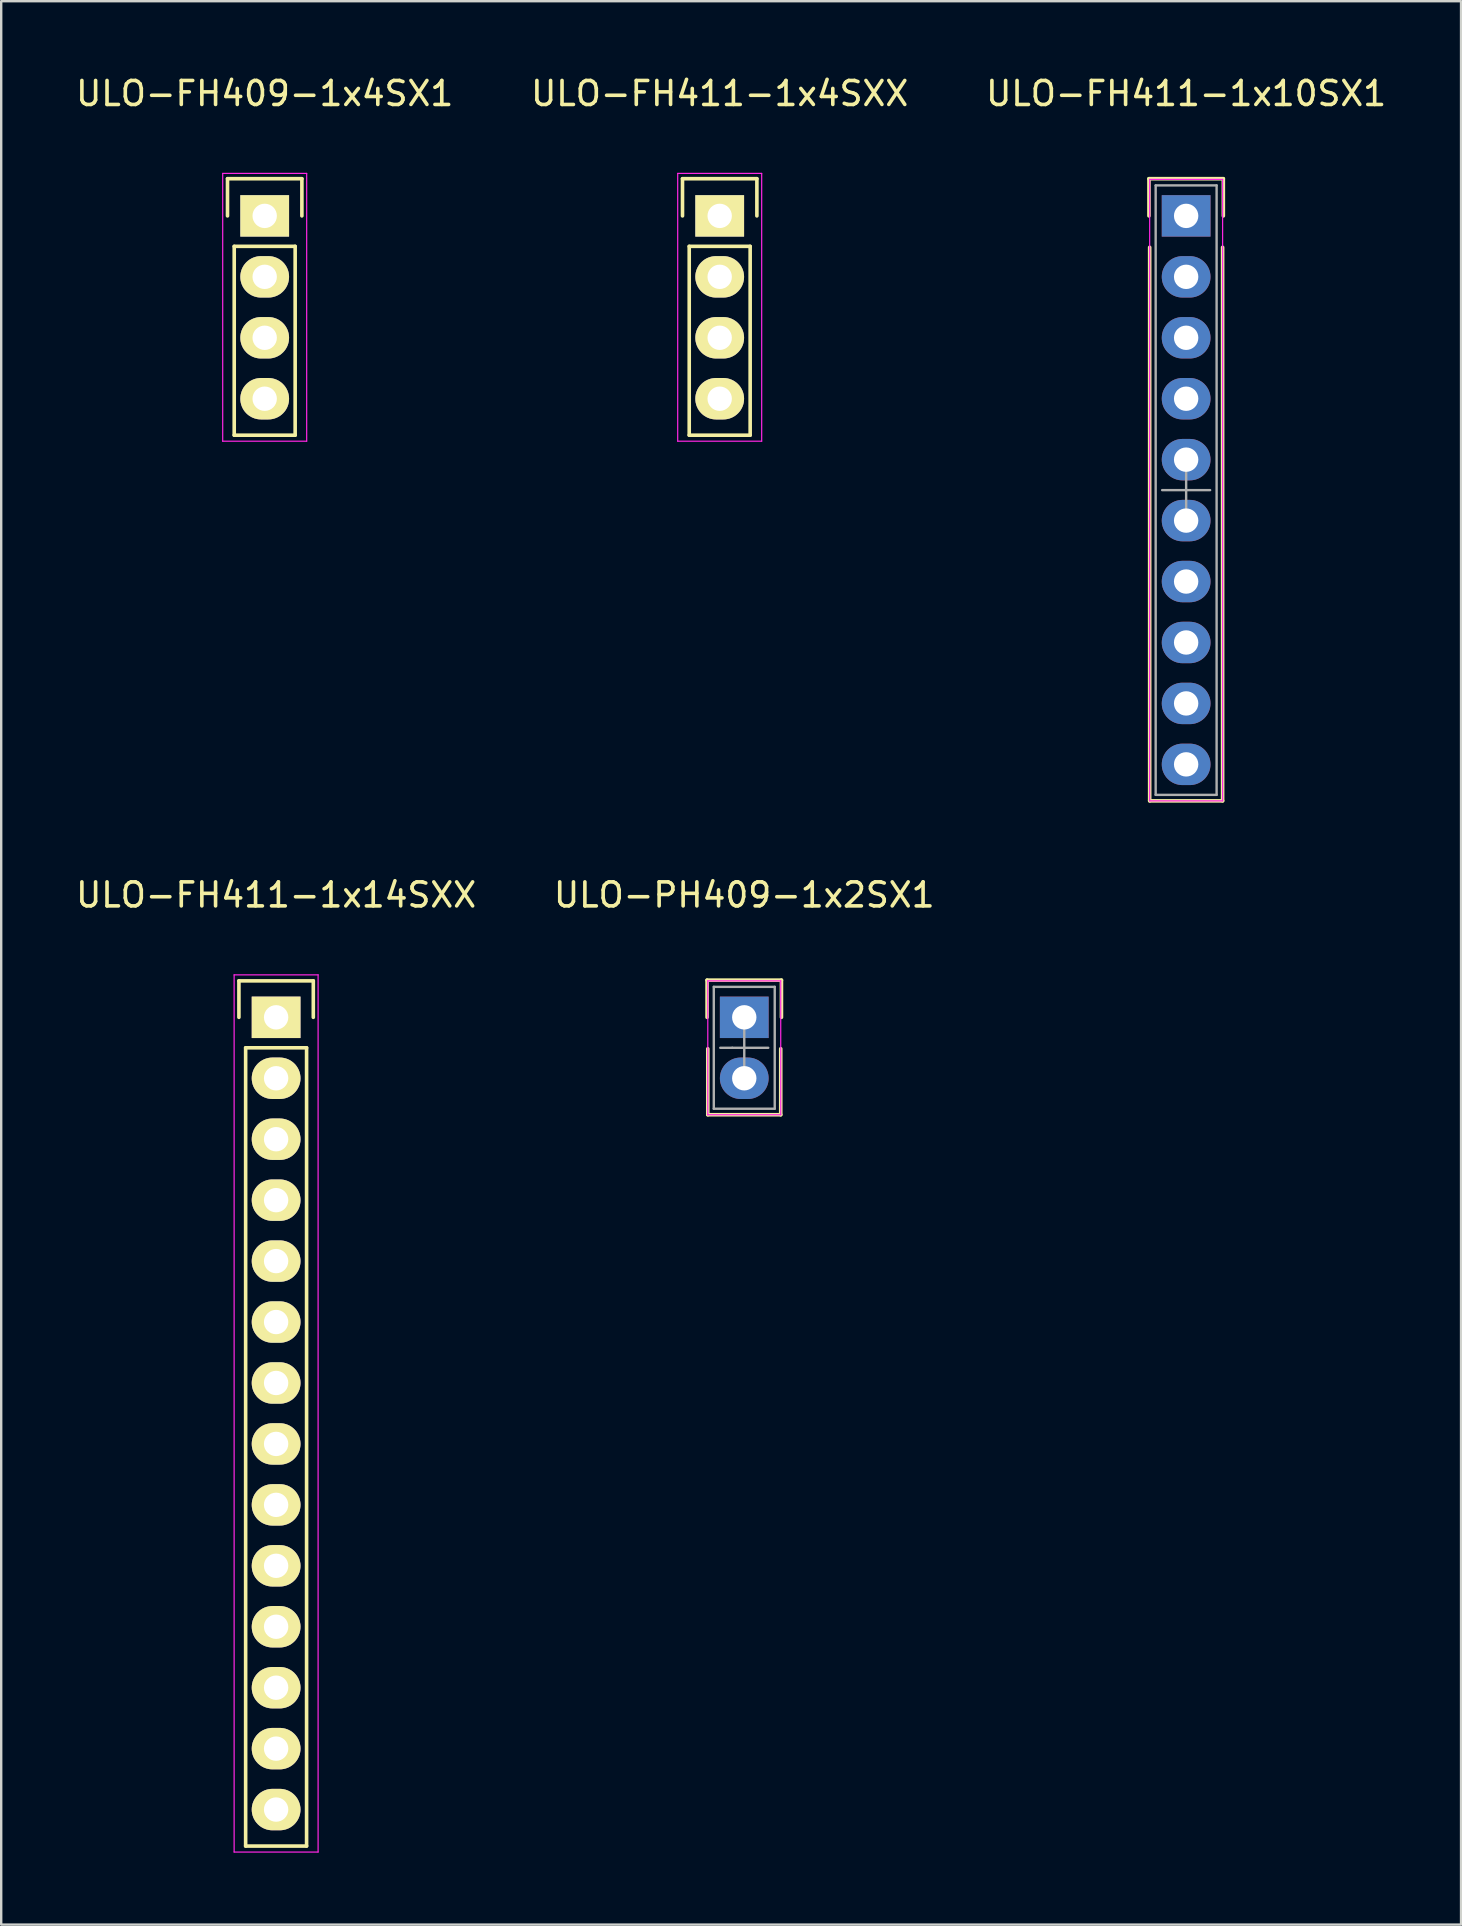
<source format=kicad_pcb>
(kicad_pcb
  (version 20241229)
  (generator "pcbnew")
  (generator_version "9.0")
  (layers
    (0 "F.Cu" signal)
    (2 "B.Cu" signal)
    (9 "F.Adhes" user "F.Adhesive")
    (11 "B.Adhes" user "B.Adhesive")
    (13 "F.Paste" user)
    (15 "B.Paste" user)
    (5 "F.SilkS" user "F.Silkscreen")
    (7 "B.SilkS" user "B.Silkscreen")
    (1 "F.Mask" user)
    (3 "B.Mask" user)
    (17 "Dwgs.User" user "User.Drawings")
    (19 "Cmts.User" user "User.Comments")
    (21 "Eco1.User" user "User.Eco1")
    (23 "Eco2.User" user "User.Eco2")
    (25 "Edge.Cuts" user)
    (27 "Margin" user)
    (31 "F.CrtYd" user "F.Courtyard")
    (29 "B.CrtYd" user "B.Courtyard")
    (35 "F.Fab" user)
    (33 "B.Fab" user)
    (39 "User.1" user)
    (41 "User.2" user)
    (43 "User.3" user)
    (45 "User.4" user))
  (footprint "ULO-PH409-1x2SX1"
    (layer "F.Cu")
    (at 27.97 40.621)
    (property "Reference" "ULO-PH409-1x2SX1" (at 0 -6.37 0) (layer "F.SilkS") (effects (font (size 1 1) (thickness 0.15))))
    (attr through_hole)
    (fp_line (start -1.55 -2.82) (end 1.55 -2.82) (stroke (width 0.15) (type solid)) (layer "F.SilkS"))
    (fp_line (start -1.55 -1.27) (end -1.55 -2.82) (stroke (width 0.15) (type solid)) (layer "F.SilkS"))
    (fp_line (start -1.52 0.04) (end -1.52 2.79) (stroke (width 0.15) (type solid)) (layer "F.SilkS"))
    (fp_line (start 1.52 0.04) (end 1.52 2.79) (stroke (width 0.15) (type solid)) (layer "F.SilkS"))
    (fp_line (start 1.52 2.79) (end -1.52 2.79) (stroke (width 0.15) (type solid)) (layer "F.SilkS"))
    (fp_line (start 1.55 -2.82) (end 1.55 -1.27) (stroke (width 0.15) (type solid)) (layer "F.SilkS"))
    (fp_line (start -1.52 -2.79) (end -1.52 2.79) (stroke (width 0.05) (type solid)) (layer "F.CrtYd"))
    (fp_line (start -1.52 -2.79) (end 1.52 -2.79) (stroke (width 0.05) (type solid)) (layer "F.CrtYd"))
    (fp_line (start -1.52 2.79) (end 1.52 2.79) (stroke (width 0.05) (type solid)) (layer "F.CrtYd"))
    (fp_line (start 1.52 -2.79) (end 1.52 2.79) (stroke (width 0.05) (type solid)) (layer "F.CrtYd"))
    (fp_line (start -1.27 -2.54) (end 1.27 -2.54) (stroke (width 0.1) (type solid)) (layer "F.Fab"))
    (fp_line (start -1.27 2.54) (end -1.27 -2.54) (stroke (width 0.1) (type solid)) (layer "F.Fab"))
    (fp_line (start -0.5 0) (end -1 0) (stroke (width 0.1) (type solid)) (layer "F.Fab"))
    (fp_line (start -0.5 0) (end 1 0) (stroke (width 0.1) (type solid)) (layer "F.Fab"))
    (fp_line (start 0 -1) (end 0 1) (stroke (width 0.1) (type solid)) (layer "F.Fab"))
    (fp_line (start 1.27 -2.54) (end 1.27 2.54) (stroke (width 0.1) (type solid)) (layer "F.Fab"))
    (fp_line (start 1.27 2.54) (end -1.27 2.54) (stroke (width 0.1) (type solid)) (layer "F.Fab"))
    (pad "1" thru_hole rect (at 0 -1.27) (size 2.032 1.727) (drill 1.016) (layers "*.Cu" "*.Mask"))
    (pad "2" thru_hole oval (at 0 1.27) (size 2.032 1.727) (drill 1.016) (layers "*.Cu" "*.Mask")))
  (footprint "ULO-FH409-1x4SX1"
    (layer "F.Cu")
    (at 7.982 9.758)
    (property "Reference" "ULO-FH409-1x4SX1" (at 0 -8.91 0) (layer "F.SilkS") (effects (font (size 1 1) (thickness 0.15))))
    (attr through_hole)
    (fp_line (start -1.55 -5.36) (end 1.55 -5.36) (stroke (width 0.15) (type solid)) (layer "F.SilkS"))
    (fp_line (start -1.55 -3.81) (end -1.55 -5.36) (stroke (width 0.15) (type solid)) (layer "F.SilkS"))
    (fp_line (start -1.27 -2.54) (end -1.27 5.33) (stroke (width 0.15) (type solid)) (layer "F.SilkS"))
    (fp_line (start -1.27 5.33) (end 1.27 5.33) (stroke (width 0.15) (type solid)) (layer "F.SilkS"))
    (fp_line (start 1.27 -2.54) (end -1.27 -2.54) (stroke (width 0.15) (type solid)) (layer "F.SilkS"))
    (fp_line (start 1.27 -2.54) (end 1.27 5.33) (stroke (width 0.15) (type solid)) (layer "F.SilkS"))
    (fp_line (start 1.55 -5.36) (end 1.55 -3.81) (stroke (width 0.15) (type solid)) (layer "F.SilkS"))
    (fp_line (start -1.75 -5.58) (end -1.75 5.58) (stroke (width 0.05) (type solid)) (layer "F.CrtYd"))
    (fp_line (start -1.75 -5.58) (end 1.75 -5.58) (stroke (width 0.05) (type solid)) (layer "F.CrtYd"))
    (fp_line (start -1.75 5.58) (end 1.75 5.58) (stroke (width 0.05) (type solid)) (layer "F.CrtYd"))
    (fp_line (start 1.75 -5.58) (end 1.75 5.58) (stroke (width 0.05) (type solid)) (layer "F.CrtYd"))
    (pad "1" thru_hole rect (at 0 -3.81) (size 2.032 1.727) (drill 1.016) (layers "*.Cu" "*.Mask" "F.SilkS"))
    (pad "2" thru_hole oval (at 0 -1.27) (size 2.032 1.727) (drill 1.016) (layers "*.Cu" "*.Mask" "F.SilkS"))
    (pad "3" thru_hole oval (at 0 1.27) (size 2.032 1.727) (drill 1.016) (layers "*.Cu" "*.Mask" "F.SilkS"))
    (pad "4" thru_hole oval (at 0 3.81) (size 2.032 1.727) (drill 1.016) (layers "*.Cu" "*.Mask" "F.SilkS")))
  (footprint "ULO-FH411-1x14SXX"
    (layer "F.Cu")
    (at 8.458 55.861)
    (property "Reference" "ULO-FH411-1x14SXX" (at 0 -21.61 0) (layer "F.SilkS") (effects (font (size 1 1) (thickness 0.15))))
    (attr through_hole)
    (fp_line (start -1.55 -18.03) (end 1.55 -18.03) (stroke (width 0.15) (type solid)) (layer "F.SilkS"))
    (fp_line (start -1.55 -16.51) (end -1.55 -18.03) (stroke (width 0.15) (type solid)) (layer "F.SilkS"))
    (fp_line (start -1.27 -15.24) (end -1.27 18.03) (stroke (width 0.15) (type solid)) (layer "F.SilkS"))
    (fp_line (start -1.27 18.03) (end 1.27 18.03) (stroke (width 0.15) (type solid)) (layer "F.SilkS"))
    (fp_line (start 1.27 -15.24) (end -1.27 -15.24) (stroke (width 0.15) (type solid)) (layer "F.SilkS"))
    (fp_line (start 1.27 18.03) (end 1.27 -15.24) (stroke (width 0.15) (type solid)) (layer "F.SilkS"))
    (fp_line (start 1.55 -18.03) (end 1.55 -16.51) (stroke (width 0.15) (type solid)) (layer "F.SilkS"))
    (fp_line (start -1.75 -18.28) (end -1.75 18.28) (stroke (width 0.05) (type solid)) (layer "F.CrtYd"))
    (fp_line (start -1.75 -18.28) (end 1.75 -18.28) (stroke (width 0.05) (type solid)) (layer "F.CrtYd"))
    (fp_line (start -1.75 18.28) (end 1.75 18.28) (stroke (width 0.05) (type solid)) (layer "F.CrtYd"))
    (fp_line (start 1.75 -18.28) (end 1.75 18.28) (stroke (width 0.05) (type solid)) (layer "F.CrtYd"))
    (pad "1" thru_hole rect (at 0 -16.51) (size 2.032 1.727) (drill 1.016) (layers "*.Cu" "*.Mask" "F.SilkS"))
    (pad "2" thru_hole oval (at 0 -13.97) (size 2.032 1.727) (drill 1.016) (layers "*.Cu" "*.Mask" "F.SilkS"))
    (pad "3" thru_hole oval (at 0 -11.43) (size 2.032 1.727) (drill 1.016) (layers "*.Cu" "*.Mask" "F.SilkS"))
    (pad "4" thru_hole oval (at 0 -8.89) (size 2.032 1.727) (drill 1.016) (layers "*.Cu" "*.Mask" "F.SilkS"))
    (pad "5" thru_hole oval (at 0 -6.35) (size 2.032 1.727) (drill 1.016) (layers "*.Cu" "*.Mask" "F.SilkS"))
    (pad "6" thru_hole oval (at 0 -3.81) (size 2.032 1.727) (drill 1.016) (layers "*.Cu" "*.Mask" "F.SilkS"))
    (pad "7" thru_hole oval (at 0 -1.27) (size 2.032 1.727) (drill 1.016) (layers "*.Cu" "*.Mask" "F.SilkS"))
    (pad "8" thru_hole oval (at 0 1.27) (size 2.032 1.727) (drill 1.016) (layers "*.Cu" "*.Mask" "F.SilkS"))
    (pad "9" thru_hole oval (at 0 3.81) (size 2.032 1.727) (drill 1.016) (layers "*.Cu" "*.Mask" "F.SilkS"))
    (pad "10" thru_hole oval (at 0 6.35) (size 2.032 1.727) (drill 1.016) (layers "*.Cu" "*.Mask" "F.SilkS"))
    (pad "11" thru_hole oval (at 0 8.89) (size 2.032 1.727) (drill 1.016) (layers "*.Cu" "*.Mask" "F.SilkS"))
    (pad "12" thru_hole oval (at 0 11.43) (size 2.032 1.727) (drill 1.016) (layers "*.Cu" "*.Mask" "F.SilkS"))
    (pad "13" thru_hole oval (at 0 13.97) (size 2.032 1.727) (drill 1.016) (layers "*.Cu" "*.Mask" "F.SilkS"))
    (pad "14" thru_hole oval (at 0 16.51) (size 2.032 1.727) (drill 1.016) (layers "*.Cu" "*.Mask" "F.SilkS")))
  (footprint "ULO-FH411-1x10SX1"
    (layer "F.Cu")
    (at 46.387 17.378)
    (property "Reference" "ULO-FH411-1x10SX1" (at 0 -16.53 0) (layer "F.SilkS") (effects (font (size 1 1) (thickness 0.15))))
    (attr through_hole)
    (fp_line (start -1.55 -12.98) (end 1.55 -12.98) (stroke (width 0.15) (type solid)) (layer "F.SilkS"))
    (fp_line (start -1.55 -11.43) (end -1.55 -12.98) (stroke (width 0.15) (type solid)) (layer "F.SilkS"))
    (fp_line (start -1.52 -10.12) (end -1.52 12.95) (stroke (width 0.15) (type solid)) (layer "F.SilkS"))
    (fp_line (start 1.52 -10.12) (end 1.52 12.95) (stroke (width 0.15) (type solid)) (layer "F.SilkS"))
    (fp_line (start 1.52 12.95) (end -1.52 12.95) (stroke (width 0.15) (type solid)) (layer "F.SilkS"))
    (fp_line (start 1.55 -12.98) (end 1.55 -11.43) (stroke (width 0.15) (type solid)) (layer "F.SilkS"))
    (fp_line (start -1.52 -12.95) (end -1.52 12.95) (stroke (width 0.05) (type solid)) (layer "F.CrtYd"))
    (fp_line (start -1.52 -12.95) (end 1.52 -12.95) (stroke (width 0.05) (type solid)) (layer "F.CrtYd"))
    (fp_line (start -1.52 12.95) (end 1.52 12.95) (stroke (width 0.05) (type solid)) (layer "F.CrtYd"))
    (fp_line (start 1.52 -12.95) (end 1.52 12.95) (stroke (width 0.05) (type solid)) (layer "F.CrtYd"))
    (fp_line (start -1.27 -12.7) (end 1.27 -12.7) (stroke (width 0.1) (type solid)) (layer "F.Fab"))
    (fp_line (start -1.27 12.7) (end -1.27 -12.7) (stroke (width 0.1) (type solid)) (layer "F.Fab"))
    (fp_line (start -1 0) (end 1 0) (stroke (width 0.1) (type solid)) (layer "F.Fab"))
    (fp_line (start 0 -1) (end 0 1) (stroke (width 0.1) (type solid)) (layer "F.Fab"))
    (fp_line (start 1.27 -12.7) (end 1.27 12.7) (stroke (width 0.1) (type solid)) (layer "F.Fab"))
    (fp_line (start 1.27 12.7) (end -1.27 12.7) (stroke (width 0.1) (type solid)) (layer "F.Fab"))
    (pad "1" thru_hole rect (at 0 -11.43) (size 2.032 1.727) (drill 1.016) (layers "*.Cu" "*.Mask"))
    (pad "2" thru_hole oval (at 0 -8.89) (size 2.032 1.727) (drill 1.016) (layers "*.Cu" "*.Mask"))
    (pad "3" thru_hole oval (at 0 -6.35) (size 2.032 1.727) (drill 1.016) (layers "*.Cu" "*.Mask"))
    (pad "4" thru_hole oval (at 0 -3.81) (size 2.032 1.727) (drill 1.016) (layers "*.Cu" "*.Mask"))
    (pad "5" thru_hole oval (at 0 -1.27) (size 2.032 1.727) (drill 1.016) (layers "*.Cu" "*.Mask"))
    (pad "6" thru_hole oval (at 0 1.27) (size 2.032 1.727) (drill 1.016) (layers "*.Cu" "*.Mask"))
    (pad "7" thru_hole oval (at 0 3.81) (size 2.032 1.727) (drill 1.016) (layers "*.Cu" "*.Mask"))
    (pad "8" thru_hole oval (at 0 6.35) (size 2.032 1.727) (drill 1.016) (layers "*.Cu" "*.Mask"))
    (pad "9" thru_hole oval (at 0 8.89) (size 2.032 1.727) (drill 1.016) (layers "*.Cu" "*.Mask"))
    (pad "10" thru_hole oval (at 0 11.43) (size 2.032 1.727) (drill 1.016) (layers "*.Cu" "*.Mask")))
  (footprint "ULO-FH411-1x4SXX"
    (layer "F.Cu")
    (at 26.946 9.758)
    (property "Reference" "ULO-FH411-1x4SXX" (at 0 -8.91 0) (layer "F.SilkS") (effects (font (size 1 1) (thickness 0.15))))
    (attr through_hole)
    (fp_line (start -1.55 -5.36) (end 1.55 -5.36) (stroke (width 0.15) (type solid)) (layer "F.SilkS"))
    (fp_line (start -1.55 -3.81) (end -1.55 -5.36) (stroke (width 0.15) (type solid)) (layer "F.SilkS"))
    (fp_line (start -1.27 -2.54) (end -1.27 5.33) (stroke (width 0.15) (type solid)) (layer "F.SilkS"))
    (fp_line (start -1.27 5.33) (end 1.27 5.33) (stroke (width 0.15) (type solid)) (layer "F.SilkS"))
    (fp_line (start 1.27 -2.54) (end -1.27 -2.54) (stroke (width 0.15) (type solid)) (layer "F.SilkS"))
    (fp_line (start 1.27 -2.54) (end 1.27 5.33) (stroke (width 0.15) (type solid)) (layer "F.SilkS"))
    (fp_line (start 1.55 -5.36) (end 1.55 -3.81) (stroke (width 0.15) (type solid)) (layer "F.SilkS"))
    (fp_line (start -1.75 -5.58) (end -1.75 5.58) (stroke (width 0.05) (type solid)) (layer "F.CrtYd"))
    (fp_line (start -1.75 -5.58) (end 1.75 -5.58) (stroke (width 0.05) (type solid)) (layer "F.CrtYd"))
    (fp_line (start -1.75 5.58) (end 1.75 5.58) (stroke (width 0.05) (type solid)) (layer "F.CrtYd"))
    (fp_line (start 1.75 -5.58) (end 1.75 5.58) (stroke (width 0.05) (type solid)) (layer "F.CrtYd"))
    (pad "1" thru_hole rect (at 0 -3.81) (size 2.032 1.727) (drill 1.016) (layers "*.Cu" "*.Mask" "F.SilkS"))
    (pad "2" thru_hole oval (at 0 -1.27) (size 2.032 1.727) (drill 1.016) (layers "*.Cu" "*.Mask" "F.SilkS"))
    (pad "3" thru_hole oval (at 0 1.27) (size 2.032 1.727) (drill 1.016) (layers "*.Cu" "*.Mask" "F.SilkS"))
    (pad "4" thru_hole oval (at 0 3.81) (size 2.032 1.727) (drill 1.016) (layers "*.Cu" "*.Mask" "F.SilkS")))
  (gr_rect
    (start -3 -3)
    (end 57.845 77.166)
    (stroke (width 0.1) (type default))
    (fill no)
    (layer "Edge.Cuts")))
</source>
